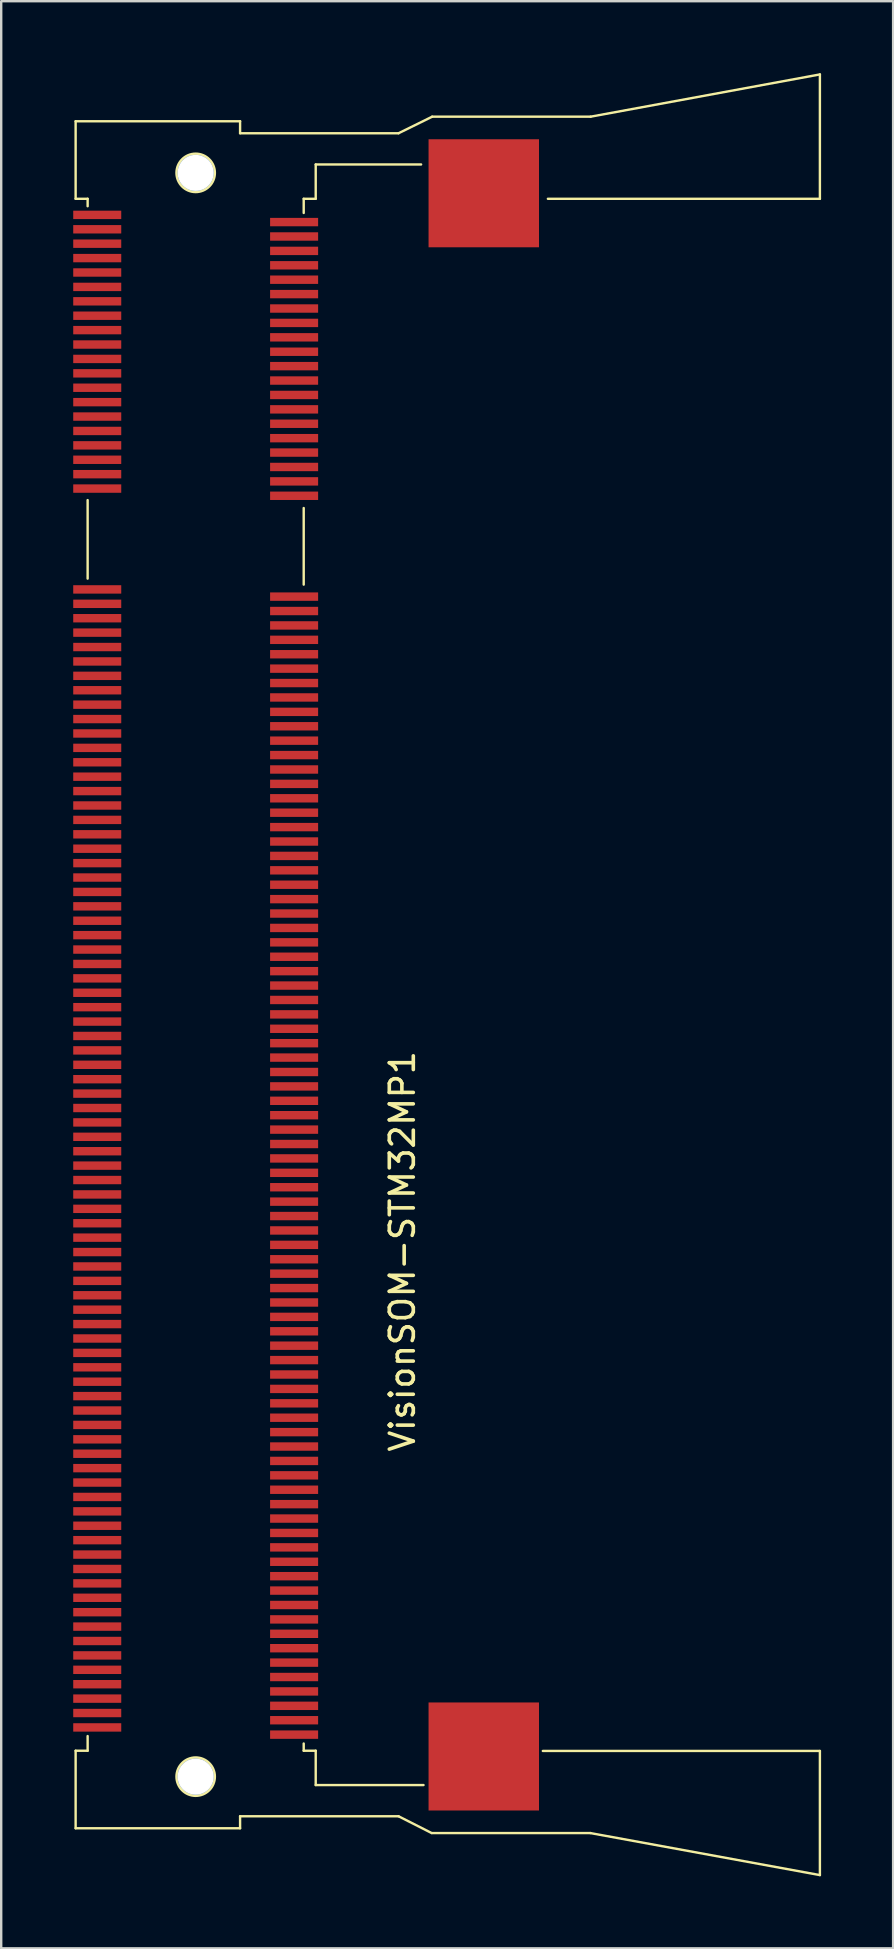
<source format=kicad_pcb>
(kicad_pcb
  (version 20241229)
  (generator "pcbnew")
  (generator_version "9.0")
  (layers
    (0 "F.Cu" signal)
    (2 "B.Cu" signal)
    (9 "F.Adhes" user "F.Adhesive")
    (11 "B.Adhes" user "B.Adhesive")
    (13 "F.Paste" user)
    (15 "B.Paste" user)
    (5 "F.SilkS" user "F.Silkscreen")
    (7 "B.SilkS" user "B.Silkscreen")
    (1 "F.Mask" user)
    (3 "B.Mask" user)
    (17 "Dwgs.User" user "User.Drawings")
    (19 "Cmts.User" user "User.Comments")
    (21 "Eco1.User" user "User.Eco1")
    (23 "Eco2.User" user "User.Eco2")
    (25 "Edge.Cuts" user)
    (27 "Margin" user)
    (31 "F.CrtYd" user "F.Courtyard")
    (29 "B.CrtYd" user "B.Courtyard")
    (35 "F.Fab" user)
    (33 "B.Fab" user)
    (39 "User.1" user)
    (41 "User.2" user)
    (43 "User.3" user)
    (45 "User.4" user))
  (footprint "VisionSOM-STM32MP1"
    (layer "F.Cu")
    (at 5.1 37.55)
    (property "Reference" "VisionSOM-STM32MP1" (at 8.61 11.52 90) (layer "F.SilkS") (effects (font (size 1 1) (thickness 0.15))))
    (attr through_hole)
    (fp_line (start -5 -35.55) (end 1.85 -35.55) (stroke (width 0.1) (type solid)) (layer "F.SilkS"))
    (fp_line (start -5 -32.32) (end -5 -35.55) (stroke (width 0.1) (type solid)) (layer "F.SilkS"))
    (fp_line (start -5 32.32) (end -5 35.55) (stroke (width 0.1) (type solid)) (layer "F.SilkS"))
    (fp_line (start -5 35.55) (end 1.85 35.55) (stroke (width 0.1) (type solid)) (layer "F.SilkS"))
    (fp_line (start -4.5 -32.32) (end -5 -32.32) (stroke (width 0.1) (type solid)) (layer "F.SilkS"))
    (fp_line (start -4.5 -32.32) (end -4.5 -32.01) (stroke (width 0.1) (type solid)) (layer "F.SilkS"))
    (fp_line (start -4.5 -19.77) (end -4.5 -16.5) (stroke (width 0.1) (type solid)) (layer "F.SilkS"))
    (fp_line (start -4.5 32.32) (end -5 32.32) (stroke (width 0.1) (type solid)) (layer "F.SilkS"))
    (fp_line (start -4.5 32.32) (end -4.5 31.71) (stroke (width 0.1) (type solid)) (layer "F.SilkS"))
    (fp_line (start 1.85 -35.55) (end 1.85 -35.05) (stroke (width 0.1) (type solid)) (layer "F.SilkS"))
    (fp_line (start 1.85 -35.05) (end 8.45 -35.05) (stroke (width 0.1) (type solid)) (layer "F.SilkS"))
    (fp_line (start 1.85 35.05) (end 8.45 35.05) (stroke (width 0.1) (type solid)) (layer "F.SilkS"))
    (fp_line (start 1.85 35.55) (end 1.85 35.05) (stroke (width 0.1) (type solid)) (layer "F.SilkS"))
    (fp_line (start 4.5 -32.32) (end 4.5 -31.73) (stroke (width 0.1) (type solid)) (layer "F.SilkS"))
    (fp_line (start 4.5 -32.32) (end 5 -32.32) (stroke (width 0.1) (type solid)) (layer "F.SilkS"))
    (fp_line (start 4.5 -19.44) (end 4.5 -16.25) (stroke (width 0.1) (type solid)) (layer "F.SilkS"))
    (fp_line (start 4.5 32.32) (end 4.5 32.02) (stroke (width 0.1) (type solid)) (layer "F.SilkS"))
    (fp_line (start 4.5 32.32) (end 5 32.32) (stroke (width 0.1) (type solid)) (layer "F.SilkS"))
    (fp_line (start 5 -33.75) (end 9.39 -33.75) (stroke (width 0.1) (type solid)) (layer "F.SilkS"))
    (fp_line (start 5 -32.32) (end 5 -33.75) (stroke (width 0.1) (type solid)) (layer "F.SilkS"))
    (fp_line (start 5 32.32) (end 5 33.75) (stroke (width 0.1) (type solid)) (layer "F.SilkS"))
    (fp_line (start 5 33.75) (end 9.49 33.75) (stroke (width 0.1) (type solid)) (layer "F.SilkS"))
    (fp_line (start 8.45 -35.05) (end 9.85 -35.74) (stroke (width 0.1) (type solid)) (layer "F.SilkS"))
    (fp_line (start 8.45 35.05) (end 9.83 35.75) (stroke (width 0.1) (type solid)) (layer "F.SilkS"))
    (fp_line (start 14.46 32.33) (end 26 32.33) (stroke (width 0.1) (type solid)) (layer "F.SilkS"))
    (fp_line (start 14.67 -32.32) (end 26 -32.32) (stroke (width 0.1) (type solid)) (layer "F.SilkS"))
    (fp_line (start 16.44 35.75) (end 26 37.5) (stroke (width 0.1) (type solid)) (layer "F.SilkS"))
    (fp_line (start 16.44 35.75) (end 9.84 35.75) (stroke (width 0.1) (type solid)) (layer "F.SilkS"))
    (fp_line (start 16.45 -35.74) (end 9.85 -35.74) (stroke (width 0.1) (type solid)) (layer "F.SilkS"))
    (fp_line (start 16.45 -35.74) (end 26 -37.5) (stroke (width 0.1) (type solid)) (layer "F.SilkS"))
    (fp_line (start 26 -37.5) (end 26 -32.32) (stroke (width 0.1) (type solid)) (layer "F.SilkS"))
    (fp_line (start 26 37.5) (end 26 32.33) (stroke (width 0.1) (type solid)) (layer "F.SilkS"))
    (fp_circle (center 0 -33.4) (end 0.8 -33.4) (stroke (width 0.1) (type solid)) (fill no) (layer "F.SilkS"))
    (fp_circle (center 0 33.4) (end 0.8 33.4) (stroke (width 0.1) (type solid)) (fill no) (layer "F.SilkS"))
    (pad "" thru_hole circle (at 0 -33.4) (size 1.6 1.6) (drill 1.5) (layers "*.Cu" "*.Mask"))
    (pad "" thru_hole circle (at 0 33.4) (size 1.6 1.6) (drill 1.5) (layers "*.Cu" "*.Mask"))
    (pad "0" smd rect (at 12 -32.55) (size 4.6 4.5) (layers "F.Cu" "F.Mask" "F.Paste"))
    (pad "0" smd rect (at 12 32.56) (size 4.6 4.5) (layers "F.Cu" "F.Mask" "F.Paste"))
    (pad "1" smd rect (at -4.1 -31.65) (size 2 0.35) (layers "F.Cu" "F.Mask" "F.Paste"))
    (pad "2" smd rect (at 4.1 -31.35) (size 2 0.35) (layers "F.Cu" "F.Mask" "F.Paste"))
    (pad "3" smd rect (at -4.1 -31.05) (size 2 0.35) (layers "F.Cu" "F.Mask" "F.Paste"))
    (pad "4" smd rect (at 4.1 -30.75) (size 2 0.35) (layers "F.Cu" "F.Mask" "F.Paste"))
    (pad "5" smd rect (at -4.1 -30.45) (size 2 0.35) (layers "F.Cu" "F.Mask" "F.Paste"))
    (pad "6" smd rect (at 4.1 -30.15) (size 2 0.35) (layers "F.Cu" "F.Mask" "F.Paste"))
    (pad "7" smd rect (at -4.1 -29.85) (size 2 0.35) (layers "F.Cu" "F.Mask" "F.Paste"))
    (pad "8" smd rect (at 4.1 -29.55) (size 2 0.35) (layers "F.Cu" "F.Mask" "F.Paste"))
    (pad "9" smd rect (at -4.1 -29.25) (size 2 0.35) (layers "F.Cu" "F.Mask" "F.Paste"))
    (pad "10" smd rect (at 4.1 -28.95) (size 2 0.35) (layers "F.Cu" "F.Mask" "F.Paste"))
    (pad "11" smd rect (at -4.1 -28.65) (size 2 0.35) (layers "F.Cu" "F.Mask" "F.Paste"))
    (pad "12" smd rect (at 4.1 -28.35) (size 2 0.35) (layers "F.Cu" "F.Mask" "F.Paste"))
    (pad "13" smd rect (at -4.1 -28.05) (size 2 0.35) (layers "F.Cu" "F.Mask" "F.Paste"))
    (pad "14" smd rect (at 4.1 -27.75) (size 2 0.35) (layers "F.Cu" "F.Mask" "F.Paste"))
    (pad "15" smd rect (at -4.1 -27.45) (size 2 0.35) (layers "F.Cu" "F.Mask" "F.Paste"))
    (pad "16" smd rect (at 4.1 -27.15) (size 2 0.35) (layers "F.Cu" "F.Mask" "F.Paste"))
    (pad "17" smd rect (at -4.1 -26.85) (size 2 0.35) (layers "F.Cu" "F.Mask" "F.Paste"))
    (pad "18" smd rect (at 4.1 -26.55) (size 2 0.35) (layers "F.Cu" "F.Mask" "F.Paste"))
    (pad "19" smd rect (at -4.1 -26.25) (size 2 0.35) (layers "F.Cu" "F.Mask" "F.Paste"))
    (pad "20" smd rect (at 4.1 -25.95) (size 2 0.35) (layers "F.Cu" "F.Mask" "F.Paste"))
    (pad "21" smd rect (at -4.1 -25.65) (size 2 0.35) (layers "F.Cu" "F.Mask" "F.Paste"))
    (pad "22" smd rect (at 4.1 -25.35) (size 2 0.35) (layers "F.Cu" "F.Mask" "F.Paste"))
    (pad "23" smd rect (at -4.1 -25.05) (size 2 0.35) (layers "F.Cu" "F.Mask" "F.Paste"))
    (pad "24" smd rect (at 4.1 -24.75) (size 2 0.35) (layers "F.Cu" "F.Mask" "F.Paste"))
    (pad "25" smd rect (at -4.1 -24.45) (size 2 0.35) (layers "F.Cu" "F.Mask" "F.Paste"))
    (pad "26" smd rect (at 4.1 -24.15) (size 2 0.35) (layers "F.Cu" "F.Mask" "F.Paste"))
    (pad "27" smd rect (at -4.1 -23.85) (size 2 0.35) (layers "F.Cu" "F.Mask" "F.Paste"))
    (pad "28" smd rect (at 4.1 -23.55) (size 2 0.35) (layers "F.Cu" "F.Mask" "F.Paste"))
    (pad "29" smd rect (at -4.1 -23.25) (size 2 0.35) (layers "F.Cu" "F.Mask" "F.Paste"))
    (pad "30" smd rect (at 4.1 -22.95) (size 2 0.35) (layers "F.Cu" "F.Mask" "F.Paste"))
    (pad "31" smd rect (at -4.1 -22.65) (size 2 0.35) (layers "F.Cu" "F.Mask" "F.Paste"))
    (pad "32" smd rect (at 4.1 -22.35) (size 2 0.35) (layers "F.Cu" "F.Mask" "F.Paste"))
    (pad "33" smd rect (at -4.1 -22.05) (size 2 0.35) (layers "F.Cu" "F.Mask" "F.Paste"))
    (pad "34" smd rect (at 4.1 -21.75) (size 2 0.35) (layers "F.Cu" "F.Mask" "F.Paste"))
    (pad "35" smd rect (at -4.1 -21.45) (size 2 0.35) (layers "F.Cu" "F.Mask" "F.Paste"))
    (pad "36" smd rect (at 4.1 -21.15) (size 2 0.35) (layers "F.Cu" "F.Mask" "F.Paste"))
    (pad "37" smd rect (at -4.1 -20.85) (size 2 0.35) (layers "F.Cu" "F.Mask" "F.Paste"))
    (pad "38" smd rect (at 4.1 -20.55) (size 2 0.35) (layers "F.Cu" "F.Mask" "F.Paste"))
    (pad "39" smd rect (at -4.1 -20.25) (size 2 0.35) (layers "F.Cu" "F.Mask" "F.Paste"))
    (pad "40" smd rect (at 4.1 -19.95) (size 2 0.35) (layers "F.Cu" "F.Mask" "F.Paste"))
    (pad "41" smd rect (at -4.1 -16.05) (size 2 0.35) (layers "F.Cu" "F.Mask" "F.Paste"))
    (pad "42" smd rect (at 4.1 -15.75) (size 2 0.35) (layers "F.Cu" "F.Mask" "F.Paste"))
    (pad "43" smd rect (at -4.1 -15.45) (size 2 0.35) (layers "F.Cu" "F.Mask" "F.Paste"))
    (pad "44" smd rect (at 4.1 -15.15) (size 2 0.35) (layers "F.Cu" "F.Mask" "F.Paste"))
    (pad "45" smd rect (at -4.1 -14.85) (size 2 0.35) (layers "F.Cu" "F.Mask" "F.Paste"))
    (pad "46" smd rect (at 4.1 -14.55) (size 2 0.35) (layers "F.Cu" "F.Mask" "F.Paste"))
    (pad "47" smd rect (at -4.1 -14.25) (size 2 0.35) (layers "F.Cu" "F.Mask" "F.Paste"))
    (pad "48" smd rect (at 4.1 -13.95) (size 2 0.35) (layers "F.Cu" "F.Mask" "F.Paste"))
    (pad "49" smd rect (at -4.1 -13.65) (size 2 0.35) (layers "F.Cu" "F.Mask" "F.Paste"))
    (pad "50" smd rect (at 4.1 -13.35) (size 2 0.35) (layers "F.Cu" "F.Mask" "F.Paste"))
    (pad "51" smd rect (at -4.1 -13.05) (size 2 0.35) (layers "F.Cu" "F.Mask" "F.Paste"))
    (pad "52" smd rect (at 4.1 -12.75) (size 2 0.35) (layers "F.Cu" "F.Mask" "F.Paste"))
    (pad "53" smd rect (at -4.1 -12.45) (size 2 0.35) (layers "F.Cu" "F.Mask" "F.Paste"))
    (pad "54" smd rect (at 4.1 -12.15) (size 2 0.35) (layers "F.Cu" "F.Mask" "F.Paste"))
    (pad "55" smd rect (at -4.1 -11.85) (size 2 0.35) (layers "F.Cu" "F.Mask" "F.Paste"))
    (pad "56" smd rect (at 4.1 -11.55) (size 2 0.35) (layers "F.Cu" "F.Mask" "F.Paste"))
    (pad "57" smd rect (at -4.1 -11.25) (size 2 0.35) (layers "F.Cu" "F.Mask" "F.Paste"))
    (pad "58" smd rect (at 4.1 -10.95) (size 2 0.35) (layers "F.Cu" "F.Mask" "F.Paste"))
    (pad "59" smd rect (at -4.1 -10.65) (size 2 0.35) (layers "F.Cu" "F.Mask" "F.Paste"))
    (pad "60" smd rect (at 4.1 -10.35) (size 2 0.35) (layers "F.Cu" "F.Mask" "F.Paste"))
    (pad "61" smd rect (at -4.1 -10.05) (size 2 0.35) (layers "F.Cu" "F.Mask" "F.Paste"))
    (pad "62" smd rect (at 4.1 -9.75) (size 2 0.35) (layers "F.Cu" "F.Mask" "F.Paste"))
    (pad "63" smd rect (at -4.1 -9.45) (size 2 0.35) (layers "F.Cu" "F.Mask" "F.Paste"))
    (pad "64" smd rect (at 4.1 -9.15) (size 2 0.35) (layers "F.Cu" "F.Mask" "F.Paste"))
    (pad "65" smd rect (at -4.1 -8.85) (size 2 0.35) (layers "F.Cu" "F.Mask" "F.Paste"))
    (pad "66" smd rect (at 4.1 -8.55) (size 2 0.35) (layers "F.Cu" "F.Mask" "F.Paste"))
    (pad "67" smd rect (at -4.1 -8.25) (size 2 0.35) (layers "F.Cu" "F.Mask" "F.Paste"))
    (pad "68" smd rect (at 4.1 -7.95) (size 2 0.35) (layers "F.Cu" "F.Mask" "F.Paste"))
    (pad "69" smd rect (at -4.1 -7.65) (size 2 0.35) (layers "F.Cu" "F.Mask" "F.Paste"))
    (pad "70" smd rect (at 4.1 -7.35) (size 2 0.35) (layers "F.Cu" "F.Mask" "F.Paste"))
    (pad "71" smd rect (at -4.1 -7.05) (size 2 0.35) (layers "F.Cu" "F.Mask" "F.Paste"))
    (pad "72" smd rect (at 4.1 -6.75) (size 2 0.35) (layers "F.Cu" "F.Mask" "F.Paste"))
    (pad "73" smd rect (at -4.1 -6.45) (size 2 0.35) (layers "F.Cu" "F.Mask" "F.Paste"))
    (pad "74" smd rect (at 4.1 -6.15) (size 2 0.35) (layers "F.Cu" "F.Mask" "F.Paste"))
    (pad "75" smd rect (at -4.1 -5.85) (size 2 0.35) (layers "F.Cu" "F.Mask" "F.Paste"))
    (pad "76" smd rect (at 4.1 -5.55) (size 2 0.35) (layers "F.Cu" "F.Mask" "F.Paste"))
    (pad "77" smd rect (at -4.1 -5.25) (size 2 0.35) (layers "F.Cu" "F.Mask" "F.Paste"))
    (pad "78" smd rect (at 4.1 -4.95) (size 2 0.35) (layers "F.Cu" "F.Mask" "F.Paste"))
    (pad "79" smd rect (at -4.1 -4.65) (size 2 0.35) (layers "F.Cu" "F.Mask" "F.Paste"))
    (pad "80" smd rect (at 4.1 -4.35) (size 2 0.35) (layers "F.Cu" "F.Mask" "F.Paste"))
    (pad "81" smd rect (at -4.1 -4.05) (size 2 0.35) (layers "F.Cu" "F.Mask" "F.Paste"))
    (pad "82" smd rect (at 4.1 -3.75) (size 2 0.35) (layers "F.Cu" "F.Mask" "F.Paste"))
    (pad "83" smd rect (at -4.1 -3.45) (size 2 0.35) (layers "F.Cu" "F.Mask" "F.Paste"))
    (pad "84" smd rect (at 4.1 -3.15) (size 2 0.35) (layers "F.Cu" "F.Mask" "F.Paste"))
    (pad "85" smd rect (at -4.1 -2.85) (size 2 0.35) (layers "F.Cu" "F.Mask" "F.Paste"))
    (pad "86" smd rect (at 4.1 -2.55) (size 2 0.35) (layers "F.Cu" "F.Mask" "F.Paste"))
    (pad "87" smd rect (at -4.1 -2.25) (size 2 0.35) (layers "F.Cu" "F.Mask" "F.Paste"))
    (pad "88" smd rect (at 4.1 -1.95) (size 2 0.35) (layers "F.Cu" "F.Mask" "F.Paste"))
    (pad "89" smd rect (at -4.1 -1.65) (size 2 0.35) (layers "F.Cu" "F.Mask" "F.Paste"))
    (pad "90" smd rect (at 4.1 -1.35) (size 2 0.35) (layers "F.Cu" "F.Mask" "F.Paste"))
    (pad "91" smd rect (at -4.1 -1.05) (size 2 0.35) (layers "F.Cu" "F.Mask" "F.Paste"))
    (pad "92" smd rect (at 4.1 -0.75) (size 2 0.35) (layers "F.Cu" "F.Mask" "F.Paste"))
    (pad "93" smd rect (at -4.1 -0.45) (size 2 0.35) (layers "F.Cu" "F.Mask" "F.Paste"))
    (pad "94" smd rect (at 4.1 -0.15) (size 2 0.35) (layers "F.Cu" "F.Mask" "F.Paste"))
    (pad "95" smd rect (at -4.1 0.15) (size 2 0.35) (layers "F.Cu" "F.Mask" "F.Paste"))
    (pad "96" smd rect (at 4.1 0.45) (size 2 0.35) (layers "F.Cu" "F.Mask" "F.Paste"))
    (pad "97" smd rect (at -4.1 0.75) (size 2 0.35) (layers "F.Cu" "F.Mask" "F.Paste"))
    (pad "98" smd rect (at 4.1 1.05) (size 2 0.35) (layers "F.Cu" "F.Mask" "F.Paste"))
    (pad "99" smd rect (at -4.1 1.35) (size 2 0.35) (layers "F.Cu" "F.Mask" "F.Paste"))
    (pad "100" smd rect (at 4.1 1.65) (size 2 0.35) (layers "F.Cu" "F.Mask" "F.Paste"))
    (pad "101" smd rect (at -4.1 1.95) (size 2 0.35) (layers "F.Cu" "F.Mask" "F.Paste"))
    (pad "102" smd rect (at 4.1 2.25) (size 2 0.35) (layers "F.Cu" "F.Mask" "F.Paste"))
    (pad "103" smd rect (at -4.1 2.55) (size 2 0.35) (layers "F.Cu" "F.Mask" "F.Paste"))
    (pad "104" smd rect (at 4.1 2.85) (size 2 0.35) (layers "F.Cu" "F.Mask" "F.Paste"))
    (pad "105" smd rect (at -4.1 3.15) (size 2 0.35) (layers "F.Cu" "F.Mask" "F.Paste"))
    (pad "106" smd rect (at 4.1 3.45) (size 2 0.35) (layers "F.Cu" "F.Mask" "F.Paste"))
    (pad "107" smd rect (at -4.1 3.75) (size 2 0.35) (layers "F.Cu" "F.Mask" "F.Paste"))
    (pad "108" smd rect (at 4.1 4.05) (size 2 0.35) (layers "F.Cu" "F.Mask" "F.Paste"))
    (pad "109" smd rect (at -4.1 4.35) (size 2 0.35) (layers "F.Cu" "F.Mask" "F.Paste"))
    (pad "110" smd rect (at 4.1 4.65) (size 2 0.35) (layers "F.Cu" "F.Mask" "F.Paste"))
    (pad "111" smd rect (at -4.1 4.95) (size 2 0.35) (layers "F.Cu" "F.Mask" "F.Paste"))
    (pad "112" smd rect (at 4.1 5.25) (size 2 0.35) (layers "F.Cu" "F.Mask" "F.Paste"))
    (pad "113" smd rect (at -4.1 5.55) (size 2 0.35) (layers "F.Cu" "F.Mask" "F.Paste"))
    (pad "114" smd rect (at 4.1 5.85) (size 2 0.35) (layers "F.Cu" "F.Mask" "F.Paste"))
    (pad "115" smd rect (at -4.1 6.15) (size 2 0.35) (layers "F.Cu" "F.Mask" "F.Paste"))
    (pad "116" smd rect (at 4.1 6.45) (size 2 0.35) (layers "F.Cu" "F.Mask" "F.Paste"))
    (pad "117" smd rect (at -4.1 6.75) (size 2 0.35) (layers "F.Cu" "F.Mask" "F.Paste"))
    (pad "118" smd rect (at 4.1 7.05) (size 2 0.35) (layers "F.Cu" "F.Mask" "F.Paste"))
    (pad "119" smd rect (at -4.1 7.35) (size 2 0.35) (layers "F.Cu" "F.Mask" "F.Paste"))
    (pad "120" smd rect (at 4.1 7.65) (size 2 0.35) (layers "F.Cu" "F.Mask" "F.Paste"))
    (pad "121" smd rect (at -4.1 7.95) (size 2 0.35) (layers "F.Cu" "F.Mask" "F.Paste"))
    (pad "122" smd rect (at 4.1 8.25) (size 2 0.35) (layers "F.Cu" "F.Mask" "F.Paste"))
    (pad "123" smd rect (at -4.1 8.55) (size 2 0.35) (layers "F.Cu" "F.Mask" "F.Paste"))
    (pad "124" smd rect (at 4.1 8.85) (size 2 0.35) (layers "F.Cu" "F.Mask" "F.Paste"))
    (pad "125" smd rect (at -4.1 9.15) (size 2 0.35) (layers "F.Cu" "F.Mask" "F.Paste"))
    (pad "126" smd rect (at 4.1 9.45) (size 2 0.35) (layers "F.Cu" "F.Mask" "F.Paste"))
    (pad "127" smd rect (at -4.1 9.75) (size 2 0.35) (layers "F.Cu" "F.Mask" "F.Paste"))
    (pad "128" smd rect (at 4.1 10.05) (size 2 0.35) (layers "F.Cu" "F.Mask" "F.Paste"))
    (pad "129" smd rect (at -4.1 10.35) (size 2 0.35) (layers "F.Cu" "F.Mask" "F.Paste"))
    (pad "130" smd rect (at 4.1 10.65) (size 2 0.35) (layers "F.Cu" "F.Mask" "F.Paste"))
    (pad "131" smd rect (at -4.1 10.95) (size 2 0.35) (layers "F.Cu" "F.Mask" "F.Paste"))
    (pad "132" smd rect (at 4.1 11.25) (size 2 0.35) (layers "F.Cu" "F.Mask" "F.Paste"))
    (pad "133" smd rect (at -4.1 11.55) (size 2 0.35) (layers "F.Cu" "F.Mask" "F.Paste"))
    (pad "134" smd rect (at 4.1 11.85) (size 2 0.35) (layers "F.Cu" "F.Mask" "F.Paste"))
    (pad "135" smd rect (at -4.1 12.15) (size 2 0.35) (layers "F.Cu" "F.Mask" "F.Paste"))
    (pad "136" smd rect (at 4.1 12.45) (size 2 0.35) (layers "F.Cu" "F.Mask" "F.Paste"))
    (pad "137" smd rect (at -4.1 12.75) (size 2 0.35) (layers "F.Cu" "F.Mask" "F.Paste"))
    (pad "138" smd rect (at 4.1 13.05) (size 2 0.35) (layers "F.Cu" "F.Mask" "F.Paste"))
    (pad "139" smd rect (at -4.1 13.35) (size 2 0.35) (layers "F.Cu" "F.Mask" "F.Paste"))
    (pad "140" smd rect (at 4.1 13.65) (size 2 0.35) (layers "F.Cu" "F.Mask" "F.Paste"))
    (pad "141" smd rect (at -4.1 13.95) (size 2 0.35) (layers "F.Cu" "F.Mask" "F.Paste"))
    (pad "142" smd rect (at 4.1 14.25) (size 2 0.35) (layers "F.Cu" "F.Mask" "F.Paste"))
    (pad "143" smd rect (at -4.1 14.55) (size 2 0.35) (layers "F.Cu" "F.Mask" "F.Paste"))
    (pad "144" smd rect (at 4.1 14.85) (size 2 0.35) (layers "F.Cu" "F.Mask" "F.Paste"))
    (pad "145" smd rect (at -4.1 15.15) (size 2 0.35) (layers "F.Cu" "F.Mask" "F.Paste"))
    (pad "146" smd rect (at 4.1 15.45) (size 2 0.35) (layers "F.Cu" "F.Mask" "F.Paste"))
    (pad "147" smd rect (at -4.1 15.75) (size 2 0.35) (layers "F.Cu" "F.Mask" "F.Paste"))
    (pad "148" smd rect (at 4.1 16.05) (size 2 0.35) (layers "F.Cu" "F.Mask" "F.Paste"))
    (pad "149" smd rect (at -4.1 16.35) (size 2 0.35) (layers "F.Cu" "F.Mask" "F.Paste"))
    (pad "150" smd rect (at 4.1 16.65) (size 2 0.35) (layers "F.Cu" "F.Mask" "F.Paste"))
    (pad "151" smd rect (at -4.1 16.95) (size 2 0.35) (layers "F.Cu" "F.Mask" "F.Paste"))
    (pad "152" smd rect (at 4.1 17.25) (size 2 0.35) (layers "F.Cu" "F.Mask" "F.Paste"))
    (pad "153" smd rect (at -4.1 17.55) (size 2 0.35) (layers "F.Cu" "F.Mask" "F.Paste"))
    (pad "154" smd rect (at 4.1 17.85) (size 2 0.35) (layers "F.Cu" "F.Mask" "F.Paste"))
    (pad "155" smd rect (at -4.1 18.15) (size 2 0.35) (layers "F.Cu" "F.Mask" "F.Paste"))
    (pad "156" smd rect (at 4.1 18.45) (size 2 0.35) (layers "F.Cu" "F.Mask" "F.Paste"))
    (pad "157" smd rect (at -4.1 18.75) (size 2 0.35) (layers "F.Cu" "F.Mask" "F.Paste"))
    (pad "158" smd rect (at 4.1 19.05) (size 2 0.35) (layers "F.Cu" "F.Mask" "F.Paste"))
    (pad "159" smd rect (at -4.1 19.35) (size 2 0.35) (layers "F.Cu" "F.Mask" "F.Paste"))
    (pad "160" smd rect (at 4.1 19.65) (size 2 0.35) (layers "F.Cu" "F.Mask" "F.Paste"))
    (pad "161" smd rect (at -4.1 19.95) (size 2 0.35) (layers "F.Cu" "F.Mask" "F.Paste"))
    (pad "162" smd rect (at 4.1 20.25) (size 2 0.35) (layers "F.Cu" "F.Mask" "F.Paste"))
    (pad "163" smd rect (at -4.1 20.55) (size 2 0.35) (layers "F.Cu" "F.Mask" "F.Paste"))
    (pad "164" smd rect (at 4.1 20.85) (size 2 0.35) (layers "F.Cu" "F.Mask" "F.Paste"))
    (pad "165" smd rect (at -4.1 21.15) (size 2 0.35) (layers "F.Cu" "F.Mask" "F.Paste"))
    (pad "166" smd rect (at 4.1 21.45) (size 2 0.35) (layers "F.Cu" "F.Mask" "F.Paste"))
    (pad "167" smd rect (at -4.1 21.75) (size 2 0.35) (layers "F.Cu" "F.Mask" "F.Paste"))
    (pad "168" smd rect (at 4.1 22.05) (size 2 0.35) (layers "F.Cu" "F.Mask" "F.Paste"))
    (pad "169" smd rect (at -4.1 22.35) (size 2 0.35) (layers "F.Cu" "F.Mask" "F.Paste"))
    (pad "170" smd rect (at 4.1 22.65) (size 2 0.35) (layers "F.Cu" "F.Mask" "F.Paste"))
    (pad "171" smd rect (at -4.1 22.95) (size 2 0.35) (layers "F.Cu" "F.Mask" "F.Paste"))
    (pad "172" smd rect (at 4.1 23.25) (size 2 0.35) (layers "F.Cu" "F.Mask" "F.Paste"))
    (pad "173" smd rect (at -4.1 23.55) (size 2 0.35) (layers "F.Cu" "F.Mask" "F.Paste"))
    (pad "174" smd rect (at 4.1 23.85) (size 2 0.35) (layers "F.Cu" "F.Mask" "F.Paste"))
    (pad "175" smd rect (at -4.1 24.15) (size 2 0.35) (layers "F.Cu" "F.Mask" "F.Paste"))
    (pad "176" smd rect (at 4.1 24.45) (size 2 0.35) (layers "F.Cu" "F.Mask" "F.Paste"))
    (pad "177" smd rect (at -4.1 24.75) (size 2 0.35) (layers "F.Cu" "F.Mask" "F.Paste"))
    (pad "178" smd rect (at 4.1 25.05) (size 2 0.35) (layers "F.Cu" "F.Mask" "F.Paste"))
    (pad "179" smd rect (at -4.1 25.35) (size 2 0.35) (layers "F.Cu" "F.Mask" "F.Paste"))
    (pad "180" smd rect (at 4.1 25.65) (size 2 0.35) (layers "F.Cu" "F.Mask" "F.Paste"))
    (pad "181" smd rect (at -4.1 25.95) (size 2 0.35) (layers "F.Cu" "F.Mask" "F.Paste"))
    (pad "182" smd rect (at 4.1 26.25) (size 2 0.35) (layers "F.Cu" "F.Mask" "F.Paste"))
    (pad "183" smd rect (at -4.1 26.55) (size 2 0.35) (layers "F.Cu" "F.Mask" "F.Paste"))
    (pad "184" smd rect (at 4.1 26.85) (size 2 0.35) (layers "F.Cu" "F.Mask" "F.Paste"))
    (pad "185" smd rect (at -4.1 27.15) (size 2 0.35) (layers "F.Cu" "F.Mask" "F.Paste"))
    (pad "186" smd rect (at 4.1 27.45) (size 2 0.35) (layers "F.Cu" "F.Mask" "F.Paste"))
    (pad "187" smd rect (at -4.1 27.75) (size 2 0.35) (layers "F.Cu" "F.Mask" "F.Paste"))
    (pad "188" smd rect (at 4.1 28.05) (size 2 0.35) (layers "F.Cu" "F.Mask" "F.Paste"))
    (pad "189" smd rect (at -4.1 28.35) (size 2 0.35) (layers "F.Cu" "F.Mask" "F.Paste"))
    (pad "190" smd rect (at 4.1 28.65) (size 2 0.35) (layers "F.Cu" "F.Mask" "F.Paste"))
    (pad "191" smd rect (at -4.1 28.95) (size 2 0.35) (layers "F.Cu" "F.Mask" "F.Paste"))
    (pad "192" smd rect (at 4.1 29.25) (size 2 0.35) (layers "F.Cu" "F.Mask" "F.Paste"))
    (pad "193" smd rect (at -4.1 29.55) (size 2 0.35) (layers "F.Cu" "F.Mask" "F.Paste"))
    (pad "194" smd rect (at 4.1 29.85) (size 2 0.35) (layers "F.Cu" "F.Mask" "F.Paste"))
    (pad "195" smd rect (at -4.1 30.15) (size 2 0.35) (layers "F.Cu" "F.Mask" "F.Paste"))
    (pad "196" smd rect (at 4.1 30.45) (size 2 0.35) (layers "F.Cu" "F.Mask" "F.Paste"))
    (pad "197" smd rect (at -4.1 30.75) (size 2 0.35) (layers "F.Cu" "F.Mask" "F.Paste"))
    (pad "198" smd rect (at 4.1 31.05) (size 2 0.35) (layers "F.Cu" "F.Mask" "F.Paste"))
    (pad "199" smd rect (at -4.1 31.35) (size 2 0.35) (layers "F.Cu" "F.Mask" "F.Paste"))
    (pad "200" smd rect (at 4.1 31.65) (size 2 0.35) (layers "F.Cu" "F.Mask" "F.Paste")))
  (gr_rect
    (start -3 -3)
    (end 34.15 78.1)
    (stroke (width 0.1) (type default))
    (fill no)
    (layer "Edge.Cuts")))
</source>
